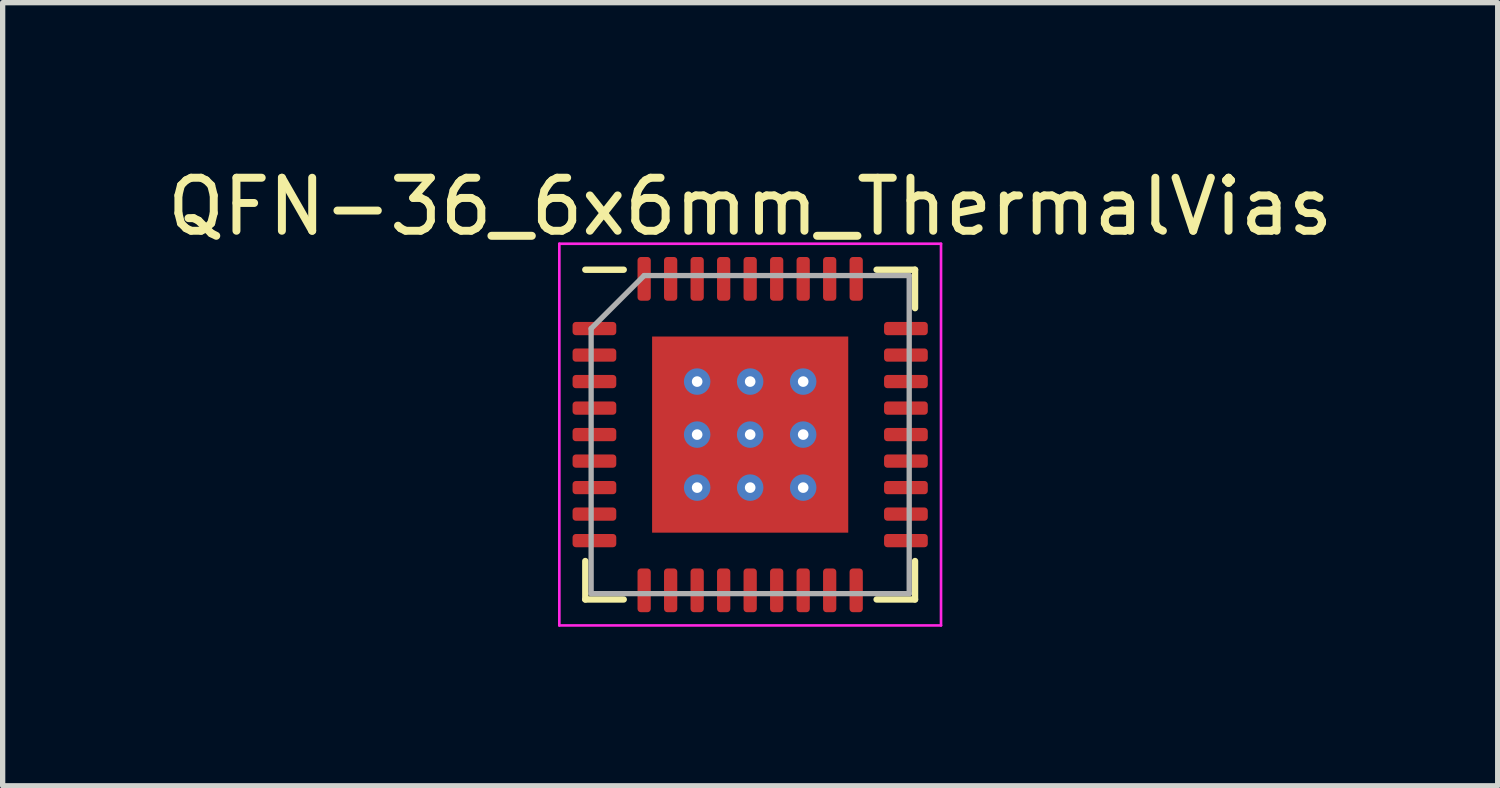
<source format=kicad_pcb>
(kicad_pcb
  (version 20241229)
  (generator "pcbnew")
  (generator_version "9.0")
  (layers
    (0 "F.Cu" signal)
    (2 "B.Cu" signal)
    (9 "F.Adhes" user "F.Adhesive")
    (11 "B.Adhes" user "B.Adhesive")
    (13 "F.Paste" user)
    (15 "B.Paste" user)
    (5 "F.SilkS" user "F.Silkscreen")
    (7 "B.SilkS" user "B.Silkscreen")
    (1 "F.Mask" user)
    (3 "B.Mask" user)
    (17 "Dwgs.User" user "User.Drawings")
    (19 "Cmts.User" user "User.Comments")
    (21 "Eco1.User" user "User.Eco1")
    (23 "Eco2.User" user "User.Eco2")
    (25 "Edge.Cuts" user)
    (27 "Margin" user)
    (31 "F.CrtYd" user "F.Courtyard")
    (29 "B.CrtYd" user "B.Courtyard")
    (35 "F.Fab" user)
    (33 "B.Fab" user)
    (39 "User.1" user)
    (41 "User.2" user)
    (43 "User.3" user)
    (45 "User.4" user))
  (footprint "QFN-36_6x6mm_ThermalVias"
    (layer "F.Cu")
    (at 11.101 5.148)
    (property "Reference" "QFN-36_6x6mm_ThermalVias" (at 0 -4.3 0) (layer "F.SilkS") (effects (font (size 1 1) (thickness 0.15))))
    (attr smd)
    (fp_line (start -3.11 3.11) (end -3.11 2.385) (stroke (width 0.12) (type solid)) (layer "F.SilkS"))
    (fp_line (start -2.385 -3.11) (end -3.11 -3.11) (stroke (width 0.12) (type solid)) (layer "F.SilkS"))
    (fp_line (start -2.385 3.11) (end -3.11 3.11) (stroke (width 0.12) (type solid)) (layer "F.SilkS"))
    (fp_line (start 2.385 -3.11) (end 3.11 -3.11) (stroke (width 0.12) (type solid)) (layer "F.SilkS"))
    (fp_line (start 2.385 3.11) (end 3.11 3.11) (stroke (width 0.12) (type solid)) (layer "F.SilkS"))
    (fp_line (start 3.11 -3.11) (end 3.11 -2.385) (stroke (width 0.12) (type solid)) (layer "F.SilkS"))
    (fp_line (start 3.11 3.11) (end 3.11 2.385) (stroke (width 0.12) (type solid)) (layer "F.SilkS"))
    (fp_line (start -3.6 -3.6) (end -3.6 3.6) (stroke (width 0.05) (type solid)) (layer "F.CrtYd"))
    (fp_line (start -3.6 3.6) (end 3.6 3.6) (stroke (width 0.05) (type solid)) (layer "F.CrtYd"))
    (fp_line (start 3.6 -3.6) (end -3.6 -3.6) (stroke (width 0.05) (type solid)) (layer "F.CrtYd"))
    (fp_line (start 3.6 3.6) (end 3.6 -3.6) (stroke (width 0.05) (type solid)) (layer "F.CrtYd"))
    (fp_line (start -3 -2) (end -2 -3) (stroke (width 0.1) (type solid)) (layer "F.Fab"))
    (fp_line (start -3 3) (end -3 -2) (stroke (width 0.1) (type solid)) (layer "F.Fab"))
    (fp_line (start -2 -3) (end 3 -3) (stroke (width 0.1) (type solid)) (layer "F.Fab"))
    (fp_line (start 3 -3) (end 3 3) (stroke (width 0.1) (type solid)) (layer "F.Fab"))
    (fp_line (start 3 3) (end -3 3) (stroke (width 0.1) (type solid)) (layer "F.Fab"))
    (pad "" smd custom (at -1.425 -1.425) (size 0.602 0.602) (layers "F.Paste") (options (anchor circle)) (primitives (gr_poly (pts (xy -0.259 -0.259) (xy 0.259 -0.259) (xy 0.259 0.19) (xy 0.19 0.259) (xy -0.259 0.259)) (width 0.167) (fill yes))))
    (pad "" smd custom (at -1.425 -0.5) (size 0.612 0.612) (layers "F.Paste") (options (anchor circle)) (primitives (gr_poly (pts (xy -0.269 -0.33) (xy 0.209 -0.33) (xy 0.269 -0.269) (xy 0.269 0.269) (xy 0.209 0.33) (xy -0.269 0.33)) (width 0.147) (fill yes))))
    (pad "" smd custom (at -1.425 0.5) (size 0.612 0.612) (layers "F.Paste") (options (anchor circle)) (primitives (gr_poly (pts (xy -0.269 -0.33) (xy 0.209 -0.33) (xy 0.269 -0.269) (xy 0.269 0.269) (xy 0.209 0.33) (xy -0.269 0.33)) (width 0.147) (fill yes))))
    (pad "" smd custom (at -1.425 1.425) (size 0.602 0.602) (layers "F.Paste") (options (anchor circle)) (primitives (gr_poly (pts (xy -0.259 -0.259) (xy 0.19 -0.259) (xy 0.259 -0.19) (xy 0.259 0.259) (xy -0.259 0.259)) (width 0.167) (fill yes))))
    (pad "" smd custom (at -0.5 -1.425) (size 0.612 0.612) (layers "F.Paste") (options (anchor circle)) (primitives (gr_poly (pts (xy -0.33 -0.269) (xy 0.33 -0.269) (xy 0.33 0.209) (xy 0.269 0.269) (xy -0.269 0.269) (xy -0.33 0.209)) (width 0.147) (fill yes))))
    (pad "" smd roundrect (at -0.5 -0.5) (size 0.806 0.806) (layers "F.Paste") (roundrect_rratio 0.25))
    (pad "" smd roundrect (at -0.5 0.5) (size 0.806 0.806) (layers "F.Paste") (roundrect_rratio 0.25))
    (pad "" smd custom (at -0.5 1.425) (size 0.612 0.612) (layers "F.Paste") (options (anchor circle)) (primitives (gr_poly (pts (xy -0.33 -0.209) (xy -0.269 -0.269) (xy 0.269 -0.269) (xy 0.33 -0.209) (xy 0.33 0.269) (xy -0.33 0.269)) (width 0.147) (fill yes))))
    (pad "" smd custom (at 0.5 -1.425) (size 0.612 0.612) (layers "F.Paste") (options (anchor circle)) (primitives (gr_poly (pts (xy -0.33 -0.269) (xy 0.33 -0.269) (xy 0.33 0.209) (xy 0.269 0.269) (xy -0.269 0.269) (xy -0.33 0.209)) (width 0.147) (fill yes))))
    (pad "" smd roundrect (at 0.5 -0.5) (size 0.806 0.806) (layers "F.Paste") (roundrect_rratio 0.25))
    (pad "" smd roundrect (at 0.5 0.5) (size 0.806 0.806) (layers "F.Paste") (roundrect_rratio 0.25))
    (pad "" smd custom (at 0.5 1.425) (size 0.612 0.612) (layers "F.Paste") (options (anchor circle)) (primitives (gr_poly (pts (xy -0.33 -0.209) (xy -0.269 -0.269) (xy 0.269 -0.269) (xy 0.33 -0.209) (xy 0.33 0.269) (xy -0.33 0.269)) (width 0.147) (fill yes))))
    (pad "" smd custom (at 1.425 -1.425) (size 0.602 0.602) (layers "F.Paste") (options (anchor circle)) (primitives (gr_poly (pts (xy -0.259 -0.259) (xy 0.259 -0.259) (xy 0.259 0.259) (xy -0.19 0.259) (xy -0.259 0.19)) (width 0.167) (fill yes))))
    (pad "" smd custom (at 1.425 -0.5) (size 0.612 0.612) (layers "F.Paste") (options (anchor circle)) (primitives (gr_poly (pts (xy -0.269 -0.269) (xy -0.209 -0.33) (xy 0.269 -0.33) (xy 0.269 0.33) (xy -0.209 0.33) (xy -0.269 0.269)) (width 0.147) (fill yes))))
    (pad "" smd custom (at 1.425 0.5) (size 0.612 0.612) (layers "F.Paste") (options (anchor circle)) (primitives (gr_poly (pts (xy -0.269 -0.269) (xy -0.209 -0.33) (xy 0.269 -0.33) (xy 0.269 0.33) (xy -0.209 0.33) (xy -0.269 0.269)) (width 0.147) (fill yes))))
    (pad "" smd custom (at 1.425 1.425) (size 0.602 0.602) (layers "F.Paste") (options (anchor circle)) (primitives (gr_poly (pts (xy -0.259 -0.19) (xy -0.19 -0.259) (xy 0.259 -0.259) (xy 0.259 0.259) (xy -0.259 0.259)) (width 0.167) (fill yes))))
    (pad "1" smd roundrect (at -2.938 -2) (size 0.825 0.25) (layers "F.Cu" "F.Mask" "F.Paste") (roundrect_rratio 0.25))
    (pad "2" smd roundrect (at -2.938 -1.5) (size 0.825 0.25) (layers "F.Cu" "F.Mask" "F.Paste") (roundrect_rratio 0.25))
    (pad "3" smd roundrect (at -2.938 -1) (size 0.825 0.25) (layers "F.Cu" "F.Mask" "F.Paste") (roundrect_rratio 0.25))
    (pad "4" smd roundrect (at -2.938 -0.5) (size 0.825 0.25) (layers "F.Cu" "F.Mask" "F.Paste") (roundrect_rratio 0.25))
    (pad "5" smd roundrect (at -2.938 0) (size 0.825 0.25) (layers "F.Cu" "F.Mask" "F.Paste") (roundrect_rratio 0.25))
    (pad "6" smd roundrect (at -2.938 0.5) (size 0.825 0.25) (layers "F.Cu" "F.Mask" "F.Paste") (roundrect_rratio 0.25))
    (pad "7" smd roundrect (at -2.938 1) (size 0.825 0.25) (layers "F.Cu" "F.Mask" "F.Paste") (roundrect_rratio 0.25))
    (pad "8" smd roundrect (at -2.938 1.5) (size 0.825 0.25) (layers "F.Cu" "F.Mask" "F.Paste") (roundrect_rratio 0.25))
    (pad "9" smd roundrect (at -2.938 2) (size 0.825 0.25) (layers "F.Cu" "F.Mask" "F.Paste") (roundrect_rratio 0.25))
    (pad "10" smd roundrect (at -2 2.938) (size 0.25 0.825) (layers "F.Cu" "F.Mask" "F.Paste") (roundrect_rratio 0.25))
    (pad "11" smd roundrect (at -1.5 2.938) (size 0.25 0.825) (layers "F.Cu" "F.Mask" "F.Paste") (roundrect_rratio 0.25))
    (pad "12" smd roundrect (at -1 2.938) (size 0.25 0.825) (layers "F.Cu" "F.Mask" "F.Paste") (roundrect_rratio 0.25))
    (pad "13" smd roundrect (at -0.5 2.938) (size 0.25 0.825) (layers "F.Cu" "F.Mask" "F.Paste") (roundrect_rratio 0.25))
    (pad "14" smd roundrect (at 0 2.938) (size 0.25 0.825) (layers "F.Cu" "F.Mask" "F.Paste") (roundrect_rratio 0.25))
    (pad "15" smd roundrect (at 0.5 2.938) (size 0.25 0.825) (layers "F.Cu" "F.Mask" "F.Paste") (roundrect_rratio 0.25))
    (pad "16" smd roundrect (at 1 2.938) (size 0.25 0.825) (layers "F.Cu" "F.Mask" "F.Paste") (roundrect_rratio 0.25))
    (pad "17" smd roundrect (at 1.5 2.938) (size 0.25 0.825) (layers "F.Cu" "F.Mask" "F.Paste") (roundrect_rratio 0.25))
    (pad "18" smd roundrect (at 2 2.938) (size 0.25 0.825) (layers "F.Cu" "F.Mask" "F.Paste") (roundrect_rratio 0.25))
    (pad "19" smd roundrect (at 2.938 2) (size 0.825 0.25) (layers "F.Cu" "F.Mask" "F.Paste") (roundrect_rratio 0.25))
    (pad "20" smd roundrect (at 2.938 1.5) (size 0.825 0.25) (layers "F.Cu" "F.Mask" "F.Paste") (roundrect_rratio 0.25))
    (pad "21" smd roundrect (at 2.938 1) (size 0.825 0.25) (layers "F.Cu" "F.Mask" "F.Paste") (roundrect_rratio 0.25))
    (pad "22" smd roundrect (at 2.938 0.5) (size 0.825 0.25) (layers "F.Cu" "F.Mask" "F.Paste") (roundrect_rratio 0.25))
    (pad "23" smd roundrect (at 2.938 0) (size 0.825 0.25) (layers "F.Cu" "F.Mask" "F.Paste") (roundrect_rratio 0.25))
    (pad "24" smd roundrect (at 2.938 -0.5) (size 0.825 0.25) (layers "F.Cu" "F.Mask" "F.Paste") (roundrect_rratio 0.25))
    (pad "25" smd roundrect (at 2.938 -1) (size 0.825 0.25) (layers "F.Cu" "F.Mask" "F.Paste") (roundrect_rratio 0.25))
    (pad "26" smd roundrect (at 2.938 -1.5) (size 0.825 0.25) (layers "F.Cu" "F.Mask" "F.Paste") (roundrect_rratio 0.25))
    (pad "27" smd roundrect (at 2.938 -2) (size 0.825 0.25) (layers "F.Cu" "F.Mask" "F.Paste") (roundrect_rratio 0.25))
    (pad "28" smd roundrect (at 2 -2.938) (size 0.25 0.825) (layers "F.Cu" "F.Mask" "F.Paste") (roundrect_rratio 0.25))
    (pad "29" smd roundrect (at 1.5 -2.938) (size 0.25 0.825) (layers "F.Cu" "F.Mask" "F.Paste") (roundrect_rratio 0.25))
    (pad "30" smd roundrect (at 1 -2.938) (size 0.25 0.825) (layers "F.Cu" "F.Mask" "F.Paste") (roundrect_rratio 0.25))
    (pad "31" smd roundrect (at 0.5 -2.938) (size 0.25 0.825) (layers "F.Cu" "F.Mask" "F.Paste") (roundrect_rratio 0.25))
    (pad "32" smd roundrect (at 0 -2.938) (size 0.25 0.825) (layers "F.Cu" "F.Mask" "F.Paste") (roundrect_rratio 0.25))
    (pad "33" smd roundrect (at -0.5 -2.938) (size 0.25 0.825) (layers "F.Cu" "F.Mask" "F.Paste") (roundrect_rratio 0.25))
    (pad "34" smd roundrect (at -1 -2.938) (size 0.25 0.825) (layers "F.Cu" "F.Mask" "F.Paste") (roundrect_rratio 0.25))
    (pad "35" smd roundrect (at -1.5 -2.938) (size 0.25 0.825) (layers "F.Cu" "F.Mask" "F.Paste") (roundrect_rratio 0.25))
    (pad "36" smd roundrect (at -2 -2.938) (size 0.25 0.825) (layers "F.Cu" "F.Mask" "F.Paste") (roundrect_rratio 0.25))
    (pad "37" thru_hole circle (at -1 -1) (size 0.5 0.5) (drill 0.2) (layers "*.Cu"))
    (pad "37" thru_hole circle (at -1 0) (size 0.5 0.5) (drill 0.2) (layers "*.Cu"))
    (pad "37" thru_hole circle (at -1 1) (size 0.5 0.5) (drill 0.2) (layers "*.Cu"))
    (pad "37" thru_hole circle (at 0 -1) (size 0.5 0.5) (drill 0.2) (layers "*.Cu"))
    (pad "37" thru_hole circle (at 0 0) (size 0.5 0.5) (drill 0.2) (layers "*.Cu"))
    (pad "37" smd rect (at 0 0) (size 3.7 3.7) (layers "F.Cu" "F.Mask"))
    (pad "37" thru_hole circle (at 0 1) (size 0.5 0.5) (drill 0.2) (layers "*.Cu"))
    (pad "37" thru_hole circle (at 1 -1) (size 0.5 0.5) (drill 0.2) (layers "*.Cu"))
    (pad "37" thru_hole circle (at 1 0) (size 0.5 0.5) (drill 0.2) (layers "*.Cu"))
    (pad "37" thru_hole circle (at 1 1) (size 0.5 0.5) (drill 0.2) (layers "*.Cu")))
  (gr_rect
    (start -3 -3)
    (end 25.202 11.773)
    (stroke (width 0.1) (type default))
    (fill no)
    (layer "Edge.Cuts")))
</source>
